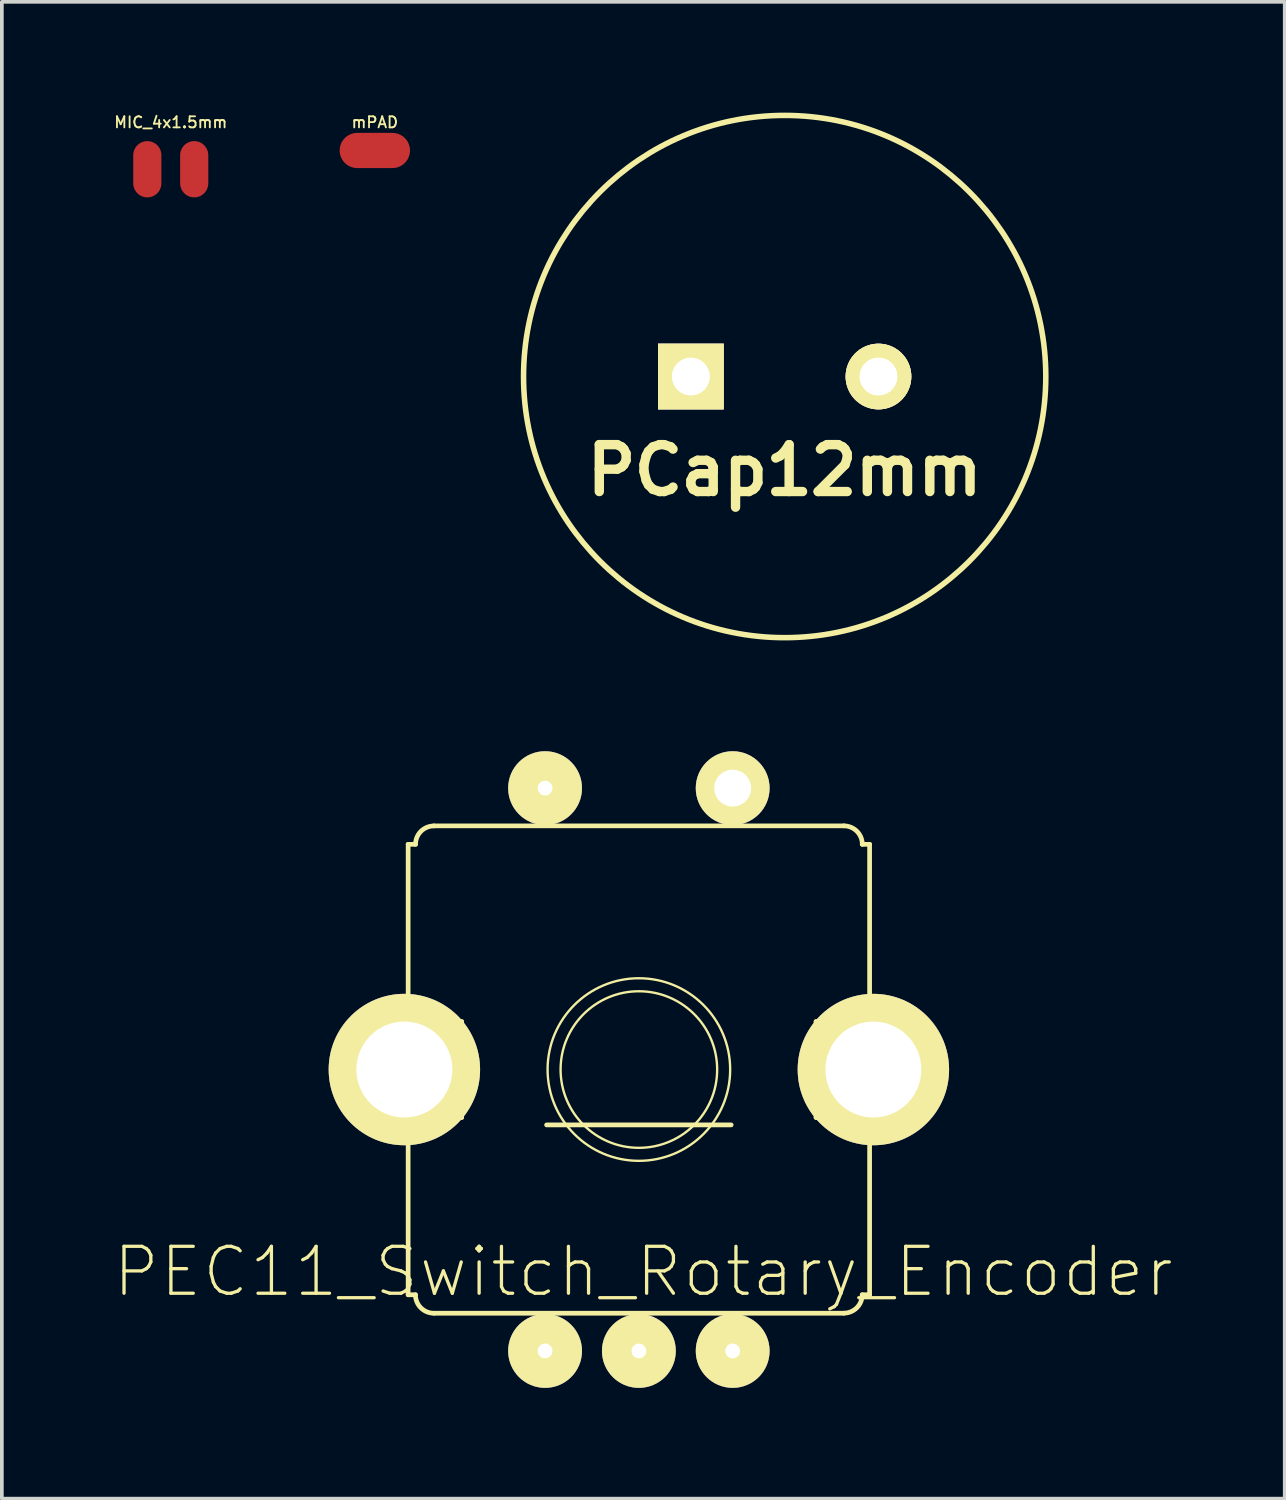
<source format=kicad_pcb>
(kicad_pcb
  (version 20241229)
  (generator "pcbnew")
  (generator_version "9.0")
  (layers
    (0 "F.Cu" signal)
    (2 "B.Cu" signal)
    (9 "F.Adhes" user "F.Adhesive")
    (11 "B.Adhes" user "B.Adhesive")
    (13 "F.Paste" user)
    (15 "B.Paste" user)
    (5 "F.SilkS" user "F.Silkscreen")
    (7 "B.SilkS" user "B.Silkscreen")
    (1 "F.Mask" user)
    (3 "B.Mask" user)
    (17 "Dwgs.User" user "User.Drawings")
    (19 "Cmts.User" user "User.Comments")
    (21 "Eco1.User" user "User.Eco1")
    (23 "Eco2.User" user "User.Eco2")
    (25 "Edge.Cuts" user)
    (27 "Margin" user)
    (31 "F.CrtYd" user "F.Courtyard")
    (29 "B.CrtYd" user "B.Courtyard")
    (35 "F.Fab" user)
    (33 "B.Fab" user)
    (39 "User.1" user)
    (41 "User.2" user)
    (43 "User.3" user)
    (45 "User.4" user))
  (footprint "mPAD"
    (layer "F.Cu")
    (at 7.1 1.025)
    (property "Reference" "mPAD" (at 0 -0.762 0) (layer "F.SilkS") (effects (font (size 0.3 0.3) (thickness 0.05))))
    (attr through_hole)
    (pad "1" smd oval (at 0 0) (size 1.905 0.953) (layers "F.Cu" "F.Mask" "F.Paste")))
  (footprint "MIC_4x1.5mm"
    (layer "F.Cu")
    (at 1.574 1.533)
    (property "Reference" "MIC_4x1.5mm" (at 0 -1.27 0) (layer "F.SilkS") (effects (font (size 0.3 0.3) (thickness 0.05))))
    (attr through_hole)
    (pad "1" smd oval (at -0.635 0) (size 0.762 1.524) (layers "F.Cu" "F.Mask" "F.Paste"))
    (pad "2" smd oval (at 0.635 0) (size 0.762 1.524) (layers "F.Cu" "F.Mask" "F.Paste")))
  (footprint "PEC11_Switch_Rotary_Encoder"
    (layer "F.Cu")
    (at 14.25 25.912)
    (property "Reference" "PEC11_Switch_Rotary_Encoder" (at 0.119 5.474 0) (layer "F.SilkS") (effects (font (size 1.27 1.27) (thickness 0.089))))
    (attr exclude_from_pos_files exclude_from_bom)
    (fp_line (start -6.599 -1.298) (end -6.599 1.298) (stroke (width 0.127) (type solid)) (layer "F.SilkS"))
    (fp_line (start -6.599 1.298) (end -4.798 1.298) (stroke (width 0.127) (type solid)) (layer "F.SilkS"))
    (fp_line (start -6.248 6.099) (end -6.248 -6.099) (stroke (width 0.127) (type solid)) (layer "F.SilkS"))
    (fp_line (start -6.048 -6.099) (end -6.248 -6.099) (stroke (width 0.127) (type solid)) (layer "F.SilkS"))
    (fp_line (start -6.048 6.099) (end -6.248 6.099) (stroke (width 0.127) (type solid)) (layer "F.SilkS"))
    (fp_line (start -5.55 -6.599) (end 5.55 -6.599) (stroke (width 0.127) (type solid)) (layer "F.SilkS"))
    (fp_line (start -4.798 -1.298) (end -6.599 -1.298) (stroke (width 0.127) (type solid)) (layer "F.SilkS"))
    (fp_line (start -4.798 1.298) (end -4.798 -1.298) (stroke (width 0.127) (type solid)) (layer "F.SilkS"))
    (fp_line (start -2.499 1.499) (end 2.499 1.499) (stroke (width 0.127) (type solid)) (layer "F.SilkS"))
    (fp_line (start 4.798 -1.298) (end 4.798 1.298) (stroke (width 0.127) (type solid)) (layer "F.SilkS"))
    (fp_line (start 4.798 1.298) (end 6.599 1.298) (stroke (width 0.127) (type solid)) (layer "F.SilkS"))
    (fp_line (start 5.55 6.599) (end -5.55 6.599) (stroke (width 0.127) (type solid)) (layer "F.SilkS"))
    (fp_line (start 6.048 -6.099) (end 6.248 -6.099) (stroke (width 0.127) (type solid)) (layer "F.SilkS"))
    (fp_line (start 6.048 6.099) (end 6.248 6.099) (stroke (width 0.127) (type solid)) (layer "F.SilkS"))
    (fp_line (start 6.248 -6.099) (end 6.248 6.099) (stroke (width 0.127) (type solid)) (layer "F.SilkS"))
    (fp_line (start 6.599 -1.298) (end 4.798 -1.298) (stroke (width 0.127) (type solid)) (layer "F.SilkS"))
    (fp_line (start 6.599 1.298) (end 6.599 -1.298) (stroke (width 0.127) (type solid)) (layer "F.SilkS"))
    (fp_arc (start -6.04774 -6.09854) (mid -5.901926 -6.450566) (end -5.5499 -6.59638) (stroke (width 0.127) (type solid)) (layer "F.SilkS"))
    (fp_arc (start -5.5499 6.59892) (mid -5.903722 6.452362) (end -6.05028 6.09854) (stroke (width 0.127) (type solid)) (layer "F.SilkS"))
    (fp_arc (start 5.5499 -6.59892) (mid 5.903722 -6.452362) (end 6.05028 -6.09854) (stroke (width 0.127) (type solid)) (layer "F.SilkS"))
    (fp_arc (start 6.04774 6.09854) (mid 5.901926 6.450566) (end 5.5499 6.59638) (stroke (width 0.127) (type solid)) (layer "F.SilkS"))
    (fp_circle (center 0 0) (end -1.748 1.748) (stroke (width 0.064) (type solid)) (fill no) (layer "F.SilkS"))
    (fp_circle (center 0 0) (end -1.499 1.499) (stroke (width 0.064) (type solid)) (fill no) (layer "F.SilkS"))
    (pad "" thru_hole circle (at -6.35 0) (size 4.1 4.1) (drill 2.598) (layers "*.Cu" "F.Mask" "F.SilkS" "F.Paste"))
    (pad "" thru_hole circle (at 6.35 0) (size 4.1 4.1) (drill 2.598) (layers "*.Cu" "F.Mask" "F.SilkS" "F.Paste"))
    (pad "1" thru_hole circle (at -2.54 7.62) (size 1.999 1.999) (drill 0.4) (layers "*.Cu" "F.Mask" "F.SilkS" "F.Paste"))
    (pad "2" thru_hole circle (at 0 7.62) (size 1.999 1.999) (drill 0.4) (layers "*.Cu" "F.Mask" "F.SilkS" "F.Paste"))
    (pad "3" thru_hole circle (at 2.54 7.62) (size 1.999 1.999) (drill 0.4) (layers "*.Cu" "F.Mask" "F.SilkS" "F.Paste"))
    (pad "4" thru_hole circle (at 2.54 -7.62) (size 1.999 1.999) (drill 0.998) (layers "*.Cu" "F.Mask" "F.SilkS" "F.Paste"))
    (pad "5" thru_hole circle (at -2.54 -7.62) (size 1.999 1.999) (drill 0.4) (layers "*.Cu" "F.Mask" "F.SilkS" "F.Paste")))
  (footprint "PCap12mm"
    (layer "F.Cu")
    (at 18.198 7.146)
    (property "Reference" "PCap12mm" (at 0 2.54 0) (layer "F.SilkS") (effects (font (size 1.27 1.27) (thickness 0.254))))
    (attr through_hole)
    (fp_circle (center 0 0) (end 7 -1) (stroke (width 0.15) (type solid)) (fill no) (layer "F.SilkS"))
    (pad "1" thru_hole rect (at -2.54 0) (size 1.778 1.778) (drill 1.016) (layers "*.Cu" "*.Mask" "F.SilkS"))
    (pad "1" thru_hole rect (at -2.54 0) (size 1.778 1.778) (drill 1.016) (layers "*.Cu" "*.Mask" "F.SilkS"))
    (pad "2" thru_hole circle (at 2.54 0) (size 1.778 1.778) (drill 1.016) (layers "*.Cu" "*.Mask" "F.SilkS"))
    (pad "2" thru_hole circle (at 2.54 0) (size 1.778 1.778) (drill 1.016) (layers "*.Cu" "*.Mask" "F.SilkS")))
  (gr_rect
    (start -3 -3)
    (end 31.739 37.531)
    (stroke (width 0.1) (type default))
    (fill no)
    (layer "Edge.Cuts")))
</source>
